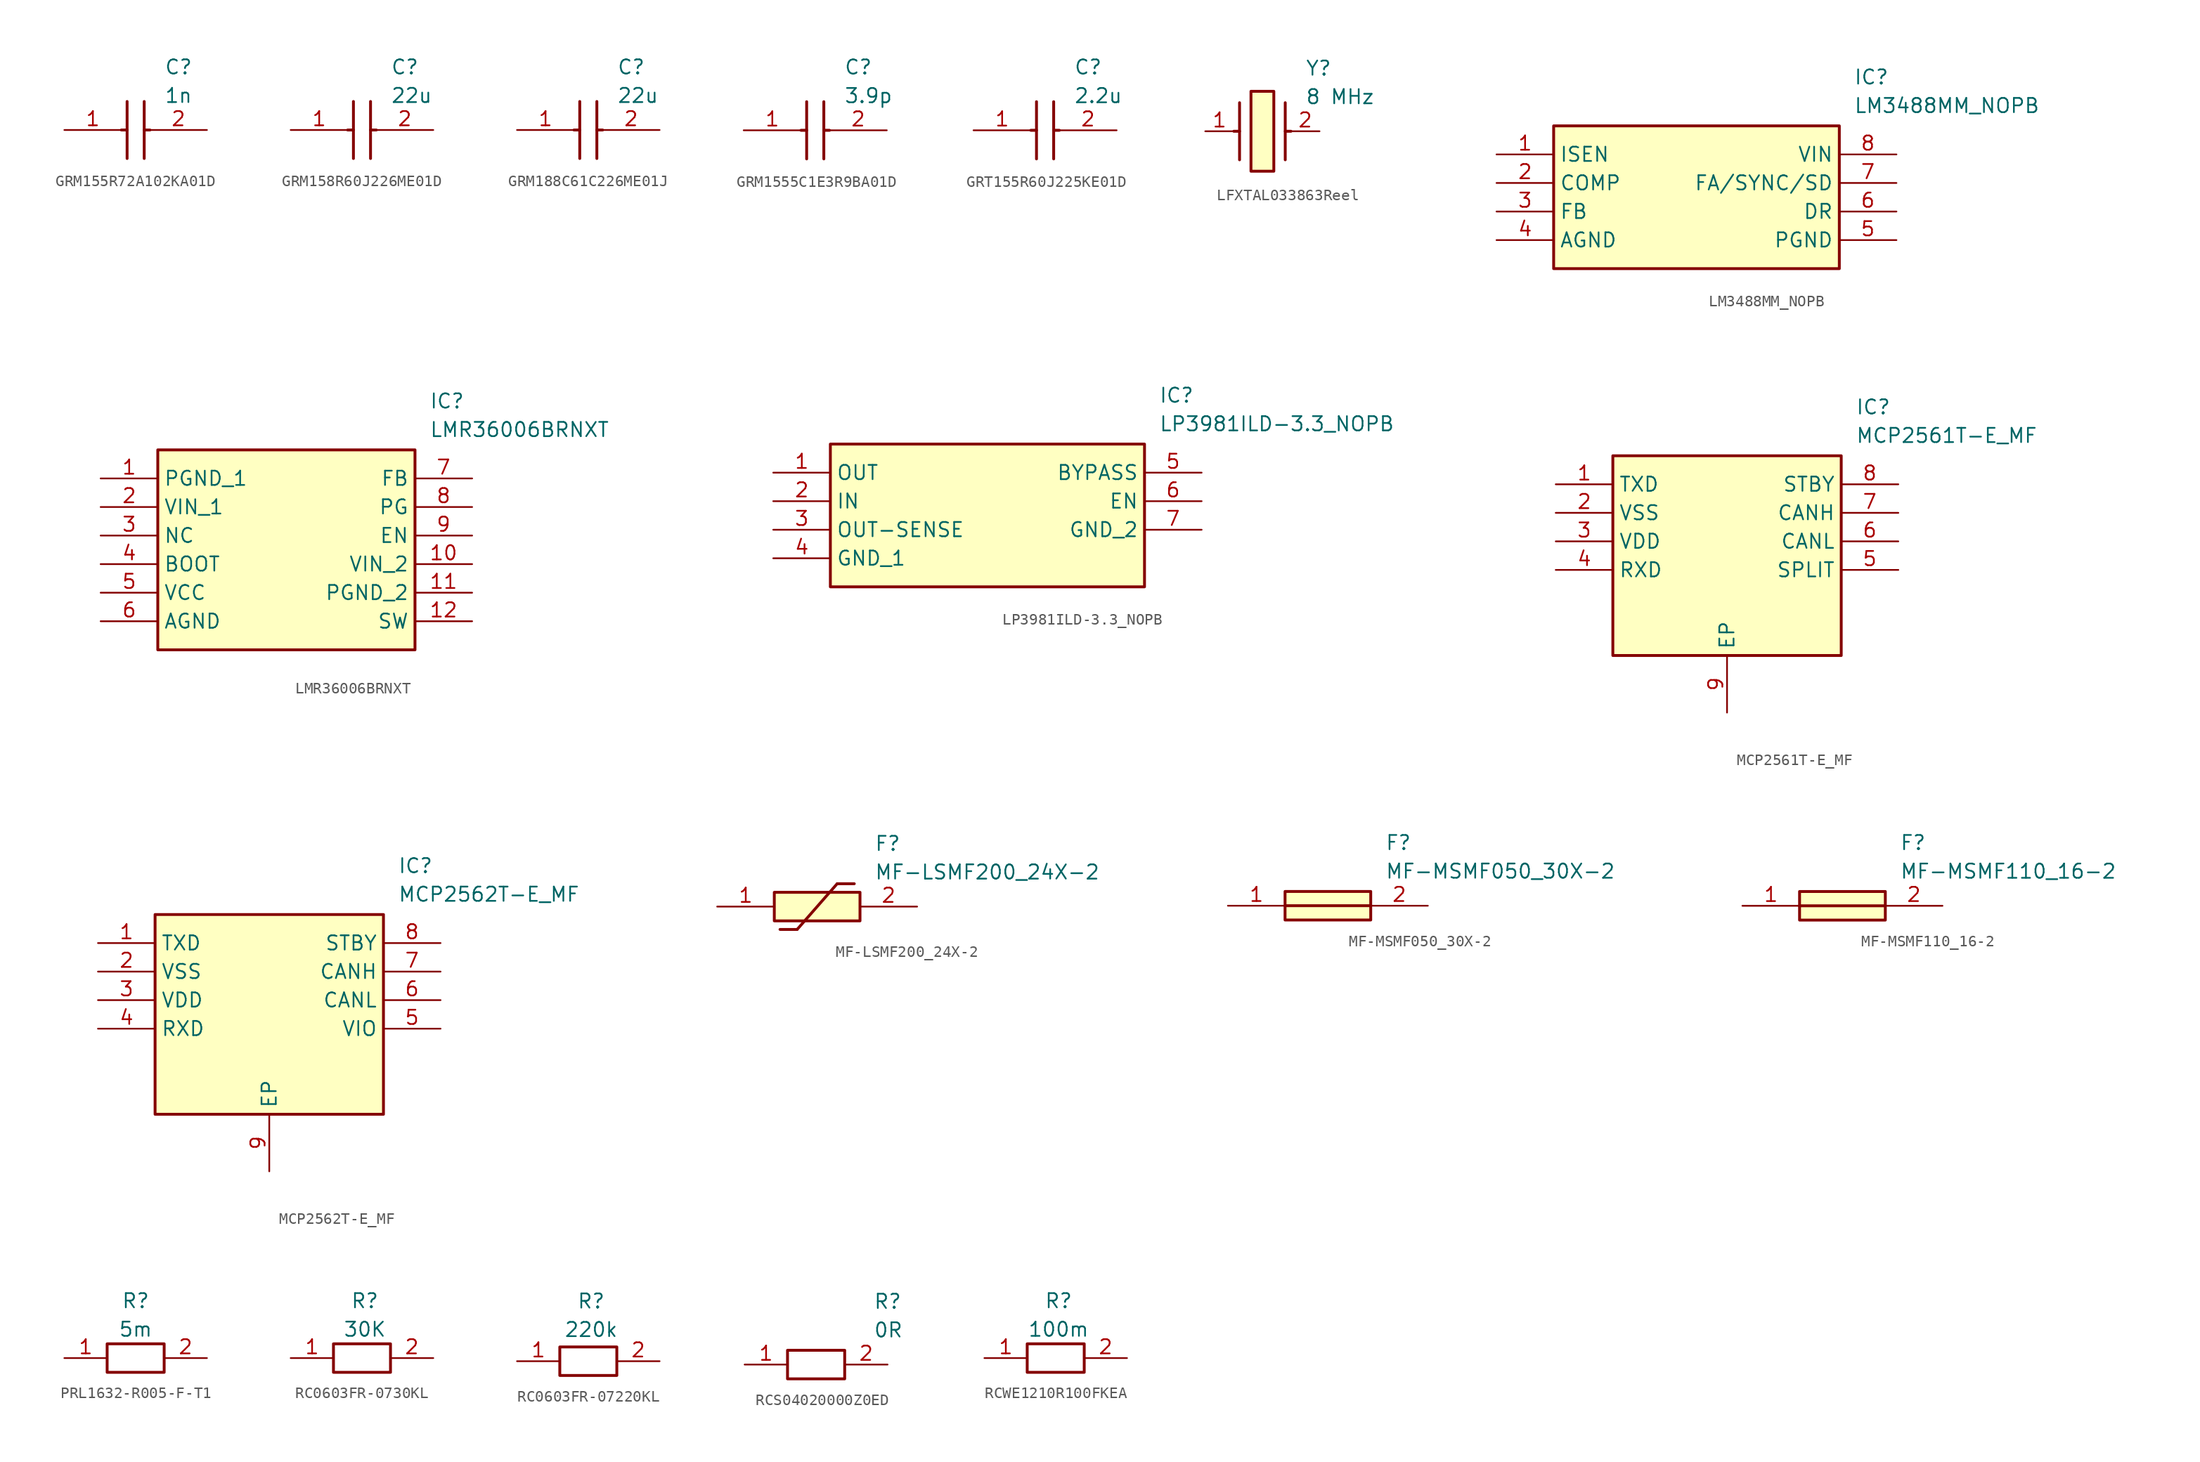
<source format=kicad_sym>
(kicad_symbol_lib
  (version 20231120)
  (generator "kicad_symbol_editor")
  (generator_version "8.0")
  (symbol "GRM155R72A102KA01D"
    (pin_names hide)
    (property "Reference" "C"
      (at 8.89 6.35 0)
      (effects (font (size 1.27 1.27)) (justify left top)))
    (property "Value" "1n"
      (at 8.89 3.81 0)
      (effects (font (size 1.27 1.27)) (justify left top)))
    (symbol "GRM155R72A102KA01D_1_1"
      (polyline (pts (xy 5.08 0) (xy 5.588 0)) (stroke (width 0.254) (type default)) (fill (type none)))
      (polyline (pts (xy 5.588 2.54) (xy 5.588 -2.54)) (stroke (width 0.254) (type default)) (fill (type none)))
      (polyline (pts (xy 7.112 0) (xy 7.62 0)) (stroke (width 0.254) (type default)) (fill (type none)))
      (polyline (pts (xy 7.112 2.54) (xy 7.112 -2.54)) (stroke (width 0.254) (type default)) (fill (type none)))
      (pin passive line (at 0 0 0) (length 5.08) (name "1" (effects (font (size 1.27 1.27)))) (number "1" (effects (font (size 1.27 1.27)))))
      (pin passive line (at 12.7 0 180) (length 5.08) (name "2" (effects (font (size 1.27 1.27)))) (number "2" (effects (font (size 1.27 1.27)))))))
  (symbol "GRM158R60J226ME01D"
    (pin_names hide)
    (property "Reference" "C"
      (at 8.89 6.35 0)
      (effects (font (size 1.27 1.27)) (justify left top)))
    (property "Value" "22u"
      (at 8.89 3.81 0)
      (effects (font (size 1.27 1.27)) (justify left top)))
    (symbol "GRM158R60J226ME01D_1_1"
      (polyline (pts (xy 5.08 0) (xy 5.588 0)) (stroke (width 0.254) (type default)) (fill (type none)))
      (polyline (pts (xy 5.588 2.54) (xy 5.588 -2.54)) (stroke (width 0.254) (type default)) (fill (type none)))
      (polyline (pts (xy 7.112 0) (xy 7.62 0)) (stroke (width 0.254) (type default)) (fill (type none)))
      (polyline (pts (xy 7.112 2.54) (xy 7.112 -2.54)) (stroke (width 0.254) (type default)) (fill (type none)))
      (pin passive line (at 0 0 0) (length 5.08) (name "1" (effects (font (size 1.27 1.27)))) (number "1" (effects (font (size 1.27 1.27)))))
      (pin passive line (at 12.7 0 180) (length 5.08) (name "2" (effects (font (size 1.27 1.27)))) (number "2" (effects (font (size 1.27 1.27)))))))
  (symbol "GRM188C61C226ME01J"
    (pin_names hide)
    (property "Reference" "C"
      (at 8.89 6.35 0)
      (effects (font (size 1.27 1.27)) (justify left top)))
    (property "Value" "22u"
      (at 8.89 3.81 0)
      (effects (font (size 1.27 1.27)) (justify left top)))
    (symbol "GRM188C61C226ME01J_1_1"
      (polyline (pts (xy 5.08 0) (xy 5.588 0)) (stroke (width 0.254) (type default)) (fill (type none)))
      (polyline (pts (xy 5.588 2.54) (xy 5.588 -2.54)) (stroke (width 0.254) (type default)) (fill (type none)))
      (polyline (pts (xy 7.112 0) (xy 7.62 0)) (stroke (width 0.254) (type default)) (fill (type none)))
      (polyline (pts (xy 7.112 2.54) (xy 7.112 -2.54)) (stroke (width 0.254) (type default)) (fill (type none)))
      (pin passive line (at 0 0 0) (length 5.08) (name "1" (effects (font (size 1.27 1.27)))) (number "1" (effects (font (size 1.27 1.27)))))
      (pin passive line (at 12.7 0 180) (length 5.08) (name "2" (effects (font (size 1.27 1.27)))) (number "2" (effects (font (size 1.27 1.27)))))))
  (symbol "GRM1555C1E3R9BA01D"
    (pin_names hide)
    (property "Reference" "C"
      (at 8.89 6.35 0)
      (effects (font (size 1.27 1.27)) (justify left top)))
    (property "Value" "3.9p"
      (at 8.89 3.81 0)
      (effects (font (size 1.27 1.27)) (justify left top)))
    (symbol "GRM1555C1E3R9BA01D_1_1"
      (polyline (pts (xy 5.08 0) (xy 5.588 0)) (stroke (width 0.254) (type default)) (fill (type none)))
      (polyline (pts (xy 5.588 2.54) (xy 5.588 -2.54)) (stroke (width 0.254) (type default)) (fill (type none)))
      (polyline (pts (xy 7.112 0) (xy 7.62 0)) (stroke (width 0.254) (type default)) (fill (type none)))
      (polyline (pts (xy 7.112 2.54) (xy 7.112 -2.54)) (stroke (width 0.254) (type default)) (fill (type none)))
      (pin passive line (at 0 0 0) (length 5.08) (name "1" (effects (font (size 1.27 1.27)))) (number "1" (effects (font (size 1.27 1.27)))))
      (pin passive line (at 12.7 0 180) (length 5.08) (name "2" (effects (font (size 1.27 1.27)))) (number "2" (effects (font (size 1.27 1.27)))))))
  (symbol "GRT155R60J225KE01D"
    (pin_names hide)
    (property "Reference" "C"
      (at 8.89 6.35 0)
      (effects (font (size 1.27 1.27)) (justify left top)))
    (property "Value" "2.2u"
      (at 8.89 3.81 0)
      (effects (font (size 1.27 1.27)) (justify left top)))
    (symbol "GRT155R60J225KE01D_1_1"
      (polyline (pts (xy 5.08 0) (xy 5.588 0)) (stroke (width 0.254) (type default)) (fill (type none)))
      (polyline (pts (xy 5.588 2.54) (xy 5.588 -2.54)) (stroke (width 0.254) (type default)) (fill (type none)))
      (polyline (pts (xy 7.112 0) (xy 7.62 0)) (stroke (width 0.254) (type default)) (fill (type none)))
      (polyline (pts (xy 7.112 2.54) (xy 7.112 -2.54)) (stroke (width 0.254) (type default)) (fill (type none)))
      (pin passive line (at 0 0 0) (length 5.08) (name "1" (effects (font (size 1.27 1.27)))) (number "1" (effects (font (size 1.27 1.27)))))
      (pin passive line (at 12.7 0 180) (length 5.08) (name "2" (effects (font (size 1.27 1.27)))) (number "2" (effects (font (size 1.27 1.27)))))))
  (symbol "LFXTAL033863Reel"
    (pin_names hide)
    (property "Reference" "Y"
      (at 8.89 6.35 0)
      (effects (font (size 1.27 1.27)) (justify left top)))
    (property "Value" "8 MHz"
      (at 8.89 3.81 0)
      (effects (font (size 1.27 1.27)) (justify left top)))
    (symbol "LFXTAL033863Reel_1_1"
      (polyline (pts (xy 3.048 0) (xy 2.54 0)) (stroke (width 0.254) (type default)) (fill (type none)))
      (polyline (pts (xy 3.048 2.54) (xy 3.048 -2.54)) (stroke (width 0.254) (type default)) (fill (type none)))
      (polyline (pts (xy 7.112 0) (xy 7.62 0)) (stroke (width 0.254) (type default)) (fill (type none)))
      (polyline (pts (xy 7.112 2.54) (xy 7.112 -2.54)) (stroke (width 0.254) (type default)) (fill (type none)))
      (rectangle (start 4.064 3.556) (end 6.096 -3.556) (stroke (width 0.254) (type default)) (fill (type background)))
      (pin passive line (at 0 0 0) (length 2.54) (name "1" (effects (font (size 1.27 1.27)))) (number "1" (effects (font (size 1.27 1.27)))))
      (pin passive line (at 10.16 0 180) (length 2.54) (name "2" (effects (font (size 1.27 1.27)))) (number "2" (effects (font (size 1.27 1.27)))))))
  (symbol "LM3488MM_NOPB"
    (property "Reference" "IC"
      (at 31.75 7.62 0)
      (effects (font (size 1.27 1.27)) (justify left top)))
    (property "Value" "LM3488MM_NOPB"
      (at 31.75 5.08 0)
      (effects (font (size 1.27 1.27)) (justify left top)))
    (symbol "LM3488MM_NOPB_1_1"
      (rectangle (start 5.08 2.54) (end 30.48 -10.16) (stroke (width 0.254) (type default)) (fill (type background)))
      (pin passive line (at 0 0 0) (length 5.08) (name "ISEN" (effects (font (size 1.27 1.27)))) (number "1" (effects (font (size 1.27 1.27)))))
      (pin passive line (at 0 -2.54 0) (length 5.08) (name "COMP" (effects (font (size 1.27 1.27)))) (number "2" (effects (font (size 1.27 1.27)))))
      (pin passive line (at 0 -5.08 0) (length 5.08) (name "FB" (effects (font (size 1.27 1.27)))) (number "3" (effects (font (size 1.27 1.27)))))
      (pin passive line (at 0 -7.62 0) (length 5.08) (name "AGND" (effects (font (size 1.27 1.27)))) (number "4" (effects (font (size 1.27 1.27)))))
      (pin passive line (at 35.56 -7.62 180) (length 5.08) (name "PGND" (effects (font (size 1.27 1.27)))) (number "5" (effects (font (size 1.27 1.27)))))
      (pin passive line (at 35.56 -5.08 180) (length 5.08) (name "DR" (effects (font (size 1.27 1.27)))) (number "6" (effects (font (size 1.27 1.27)))))
      (pin passive line (at 35.56 -2.54 180) (length 5.08) (name "FA/SYNC/SD" (effects (font (size 1.27 1.27)))) (number "7" (effects (font (size 1.27 1.27)))))
      (pin passive line (at 35.56 0 180) (length 5.08) (name "VIN" (effects (font (size 1.27 1.27)))) (number "8" (effects (font (size 1.27 1.27)))))))
  (symbol "LMR36006BRNXT"
    (property "Reference" "IC"
      (at 29.21 7.62 0)
      (effects (font (size 1.27 1.27)) (justify left top)))
    (property "Value" "LMR36006BRNXT"
      (at 29.21 5.08 0)
      (effects (font (size 1.27 1.27)) (justify left top)))
    (symbol "LMR36006BRNXT_1_1"
      (rectangle (start 5.08 2.54) (end 27.94 -15.24) (stroke (width 0.254) (type default)) (fill (type background)))
      (pin passive line (at 0 0 0) (length 5.08) (name "PGND_1" (effects (font (size 1.27 1.27)))) (number "1" (effects (font (size 1.27 1.27)))))
      (pin passive line (at 33.02 -7.62 180) (length 5.08) (name "VIN_2" (effects (font (size 1.27 1.27)))) (number "10" (effects (font (size 1.27 1.27)))))
      (pin passive line (at 33.02 -10.16 180) (length 5.08) (name "PGND_2" (effects (font (size 1.27 1.27)))) (number "11" (effects (font (size 1.27 1.27)))))
      (pin passive line (at 33.02 -12.7 180) (length 5.08) (name "SW" (effects (font (size 1.27 1.27)))) (number "12" (effects (font (size 1.27 1.27)))))
      (pin passive line (at 0 -2.54 0) (length 5.08) (name "VIN_1" (effects (font (size 1.27 1.27)))) (number "2" (effects (font (size 1.27 1.27)))))
      (pin passive line (at 0 -5.08 0) (length 5.08) (name "NC" (effects (font (size 1.27 1.27)))) (number "3" (effects (font (size 1.27 1.27)))))
      (pin passive line (at 0 -7.62 0) (length 5.08) (name "BOOT" (effects (font (size 1.27 1.27)))) (number "4" (effects (font (size 1.27 1.27)))))
      (pin passive line (at 0 -10.16 0) (length 5.08) (name "VCC" (effects (font (size 1.27 1.27)))) (number "5" (effects (font (size 1.27 1.27)))))
      (pin passive line (at 0 -12.7 0) (length 5.08) (name "AGND" (effects (font (size 1.27 1.27)))) (number "6" (effects (font (size 1.27 1.27)))))
      (pin passive line (at 33.02 0 180) (length 5.08) (name "FB" (effects (font (size 1.27 1.27)))) (number "7" (effects (font (size 1.27 1.27)))))
      (pin passive line (at 33.02 -2.54 180) (length 5.08) (name "PG" (effects (font (size 1.27 1.27)))) (number "8" (effects (font (size 1.27 1.27)))))
      (pin passive line (at 33.02 -5.08 180) (length 5.08) (name "EN" (effects (font (size 1.27 1.27)))) (number "9" (effects (font (size 1.27 1.27)))))))
  (symbol "LP3981ILD-3.3_NOPB"
    (property "Reference" "IC"
      (at 34.29 7.62 0)
      (effects (font (size 1.27 1.27)) (justify left top)))
    (property "Value" "LP3981ILD-3.3_NOPB"
      (at 34.29 5.08 0)
      (effects (font (size 1.27 1.27)) (justify left top)))
    (symbol "LP3981ILD-3.3_NOPB_1_1"
      (rectangle (start 5.08 2.54) (end 33.02 -10.16) (stroke (width 0.254) (type default)) (fill (type background)))
      (pin passive line (at 0 0 0) (length 5.08) (name "OUT" (effects (font (size 1.27 1.27)))) (number "1" (effects (font (size 1.27 1.27)))))
      (pin passive line (at 0 -2.54 0) (length 5.08) (name "IN" (effects (font (size 1.27 1.27)))) (number "2" (effects (font (size 1.27 1.27)))))
      (pin passive line (at 0 -5.08 0) (length 5.08) (name "OUT-SENSE" (effects (font (size 1.27 1.27)))) (number "3" (effects (font (size 1.27 1.27)))))
      (pin passive line (at 0 -7.62 0) (length 5.08) (name "GND_1" (effects (font (size 1.27 1.27)))) (number "4" (effects (font (size 1.27 1.27)))))
      (pin passive line (at 38.1 0 180) (length 5.08) (name "BYPASS" (effects (font (size 1.27 1.27)))) (number "5" (effects (font (size 1.27 1.27)))))
      (pin passive line (at 38.1 -2.54 180) (length 5.08) (name "EN" (effects (font (size 1.27 1.27)))) (number "6" (effects (font (size 1.27 1.27)))))
      (pin passive line (at 38.1 -5.08 180) (length 5.08) (name "GND_2" (effects (font (size 1.27 1.27)))) (number "7" (effects (font (size 1.27 1.27)))))))
  (symbol "MCP2561T-E_MF"
    (property "Reference" "IC"
      (at 26.67 7.62 0)
      (effects (font (size 1.27 1.27)) (justify left top)))
    (property "Value" "MCP2561T-E_MF"
      (at 26.67 5.08 0)
      (effects (font (size 1.27 1.27)) (justify left top)))
    (symbol "MCP2561T-E_MF_1_1"
      (rectangle (start 5.08 2.54) (end 25.4 -15.24) (stroke (width 0.254) (type default)) (fill (type background)))
      (pin passive line (at 0 0 0) (length 5.08) (name "TXD" (effects (font (size 1.27 1.27)))) (number "1" (effects (font (size 1.27 1.27)))))
      (pin passive line (at 0 -2.54 0) (length 5.08) (name "VSS" (effects (font (size 1.27 1.27)))) (number "2" (effects (font (size 1.27 1.27)))))
      (pin passive line (at 0 -5.08 0) (length 5.08) (name "VDD" (effects (font (size 1.27 1.27)))) (number "3" (effects (font (size 1.27 1.27)))))
      (pin passive line (at 0 -7.62 0) (length 5.08) (name "RXD" (effects (font (size 1.27 1.27)))) (number "4" (effects (font (size 1.27 1.27)))))
      (pin passive line (at 30.48 -7.62 180) (length 5.08) (name "SPLIT" (effects (font (size 1.27 1.27)))) (number "5" (effects (font (size 1.27 1.27)))))
      (pin passive line (at 30.48 -5.08 180) (length 5.08) (name "CANL" (effects (font (size 1.27 1.27)))) (number "6" (effects (font (size 1.27 1.27)))))
      (pin passive line (at 30.48 -2.54 180) (length 5.08) (name "CANH" (effects (font (size 1.27 1.27)))) (number "7" (effects (font (size 1.27 1.27)))))
      (pin passive line (at 30.48 0 180) (length 5.08) (name "STBY" (effects (font (size 1.27 1.27)))) (number "8" (effects (font (size 1.27 1.27)))))
      (pin passive line (at 15.24 -20.32 90) (length 5.08) (name "EP" (effects (font (size 1.27 1.27)))) (number "9" (effects (font (size 1.27 1.27)))))))
  (symbol "MCP2562T-E_MF"
    (property "Reference" "IC"
      (at 26.67 7.62 0)
      (effects (font (size 1.27 1.27)) (justify left top)))
    (property "Value" "MCP2562T-E_MF"
      (at 26.67 5.08 0)
      (effects (font (size 1.27 1.27)) (justify left top)))
    (symbol "MCP2562T-E_MF_1_1"
      (rectangle (start 5.08 2.54) (end 25.4 -15.24) (stroke (width 0.254) (type default)) (fill (type background)))
      (pin passive line (at 0 0 0) (length 5.08) (name "TXD" (effects (font (size 1.27 1.27)))) (number "1" (effects (font (size 1.27 1.27)))))
      (pin passive line (at 0 -2.54 0) (length 5.08) (name "VSS" (effects (font (size 1.27 1.27)))) (number "2" (effects (font (size 1.27 1.27)))))
      (pin passive line (at 0 -5.08 0) (length 5.08) (name "VDD" (effects (font (size 1.27 1.27)))) (number "3" (effects (font (size 1.27 1.27)))))
      (pin passive line (at 0 -7.62 0) (length 5.08) (name "RXD" (effects (font (size 1.27 1.27)))) (number "4" (effects (font (size 1.27 1.27)))))
      (pin passive line (at 30.48 -7.62 180) (length 5.08) (name "VIO" (effects (font (size 1.27 1.27)))) (number "5" (effects (font (size 1.27 1.27)))))
      (pin passive line (at 30.48 -5.08 180) (length 5.08) (name "CANL" (effects (font (size 1.27 1.27)))) (number "6" (effects (font (size 1.27 1.27)))))
      (pin passive line (at 30.48 -2.54 180) (length 5.08) (name "CANH" (effects (font (size 1.27 1.27)))) (number "7" (effects (font (size 1.27 1.27)))))
      (pin passive line (at 30.48 0 180) (length 5.08) (name "STBY" (effects (font (size 1.27 1.27)))) (number "8" (effects (font (size 1.27 1.27)))))
      (pin passive line (at 15.24 -20.32 90) (length 5.08) (name "EP" (effects (font (size 1.27 1.27)))) (number "9" (effects (font (size 1.27 1.27)))))))
  (symbol "MF-LSMF200_24X-2"
    (pin_names hide)
    (property "Reference" "F"
      (at 13.97 6.35 0)
      (effects (font (size 1.27 1.27)) (justify left top)))
    (property "Value" "MF-LSMF200_24X-2"
      (at 13.97 3.81 0)
      (effects (font (size 1.27 1.27)) (justify left top)))
    (symbol "MF-LSMF200_24X-2_1_1"
      (polyline (pts (xy 5.588 -2.032) (xy 7.112 -2.032)) (stroke (width 0.254) (type default)) (fill (type none)))
      (polyline (pts (xy 10.668 2.032) (xy 7.112 -2.032)) (stroke (width 0.254) (type default)) (fill (type none)))
      (polyline (pts (xy 10.668 2.032) (xy 12.192 2.032)) (stroke (width 0.254) (type default)) (fill (type none)))
      (rectangle (start 5.08 1.27) (end 12.7 -1.27) (stroke (width 0.254) (type default)) (fill (type background)))
      (pin passive line (at 0 0 0) (length 5.08) (name "1" (effects (font (size 1.27 1.27)))) (number "1" (effects (font (size 1.27 1.27)))))
      (pin passive line (at 17.78 0 180) (length 5.08) (name "2" (effects (font (size 1.27 1.27)))) (number "2" (effects (font (size 1.27 1.27)))))))
  (symbol "MF-MSMF050_30X-2"
    (pin_names hide)
    (property "Reference" "F"
      (at 13.97 6.35 0)
      (effects (font (size 1.27 1.27)) (justify left top)))
    (property "Value" "MF-MSMF050_30X-2"
      (at 13.97 3.81 0)
      (effects (font (size 1.27 1.27)) (justify left top)))
    (symbol "MF-MSMF050_30X-2_1_1"
      (polyline (pts (xy 5.08 0) (xy 12.7 0)) (stroke (width 0.254) (type default)) (fill (type none)))
      (rectangle (start 5.08 1.27) (end 12.7 -1.27) (stroke (width 0.254) (type default)) (fill (type background)))
      (pin passive line (at 0 0 0) (length 5.08) (name "1" (effects (font (size 1.27 1.27)))) (number "1" (effects (font (size 1.27 1.27)))))
      (pin passive line (at 17.78 0 180) (length 5.08) (name "2" (effects (font (size 1.27 1.27)))) (number "2" (effects (font (size 1.27 1.27)))))))
  (symbol "MF-MSMF110_16-2"
    (pin_names hide)
    (property "Reference" "F"
      (at 13.97 6.35 0)
      (effects (font (size 1.27 1.27)) (justify left top)))
    (property "Value" "MF-MSMF110_16-2"
      (at 13.97 3.81 0)
      (effects (font (size 1.27 1.27)) (justify left top)))
    (rectangle
      (start 5.08 1.27)
      (end 12.7 -1.27)
      (stroke (width 0.254) (type default))
      (fill (type background)))
    (polyline
      (pts (xy 5.08 0) (xy 12.7 0))
      (stroke (width 0.254) (type default))
      (fill (type none)))
    (pin passive line
      (at 0 0 0)
      (length 5.08)
      (name "1" (effects (font (size 1.27 1.27))))
      (number "1" (effects (font (size 1.27 1.27)))))
    (pin passive line
      (at 17.78 0 180)
      (length 5.08)
      (name "2" (effects (font (size 1.27 1.27))))
      (number "2" (effects (font (size 1.27 1.27))))))
  (symbol "PRL1632-R005-F-T1"
    (pin_names hide)
    (property "Reference" "R"
      (at 6.35 5.842 0)
      (effects (font (size 1.27 1.27)) (justify top)))
    (property "Value" "5m"
      (at 6.35 3.302 0)
      (effects (font (size 1.27 1.27)) (justify top)))
    (symbol "PRL1632-R005-F-T1_1_1"
      (rectangle (start 3.81 1.27) (end 8.89 -1.27) (stroke (width 0.254) (type default)) (fill (type none)))
      (pin passive line (at 0 0 0) (length 3.81) (name "1" (effects (font (size 1.27 1.27)))) (number "1" (effects (font (size 1.27 1.27)))))
      (pin passive line (at 12.7 0 180) (length 3.81) (name "2" (effects (font (size 1.27 1.27)))) (number "2" (effects (font (size 1.27 1.27)))))))
  (symbol "RC0603FR-0730KL"
    (pin_names hide)
    (property "Reference" "R"
      (at 6.604 5.842 0)
      (effects (font (size 1.27 1.27)) (justify top)))
    (property "Value" "30K"
      (at 6.604 3.302 0)
      (effects (font (size 1.27 1.27)) (justify top)))
    (symbol "RC0603FR-0730KL_1_1"
      (rectangle (start 3.81 1.27) (end 8.89 -1.27) (stroke (width 0.254) (type default)) (fill (type none)))
      (pin passive line (at 0 0 0) (length 3.81) (name "1" (effects (font (size 1.27 1.27)))) (number "1" (effects (font (size 1.27 1.27)))))
      (pin passive line (at 12.7 0 180) (length 3.81) (name "2" (effects (font (size 1.27 1.27)))) (number "2" (effects (font (size 1.27 1.27)))))))
  (symbol "RC0603FR-07220KL"
    (pin_names hide)
    (property "Reference" "R"
      (at 6.604 6.096 0)
      (effects (font (size 1.27 1.27)) (justify top)))
    (property "Value" "220k"
      (at 6.604 3.556 0)
      (effects (font (size 1.27 1.27)) (justify top)))
    (symbol "RC0603FR-07220KL_1_1"
      (rectangle (start 3.81 1.27) (end 8.89 -1.27) (stroke (width 0.254) (type default)) (fill (type none)))
      (pin passive line (at 0 0 0) (length 3.81) (name "1" (effects (font (size 1.27 1.27)))) (number "1" (effects (font (size 1.27 1.27)))))
      (pin passive line (at 12.7 0 180) (length 3.81) (name "2" (effects (font (size 1.27 1.27)))) (number "2" (effects (font (size 1.27 1.27)))))))
  (symbol "RCS04020000Z0ED"
    (pin_names hide)
    (property "Reference" "R"
      (at 13.97 6.35 0)
      (effects (font (size 1.27 1.27)) (justify left top)))
    (property "Value" "0R"
      (at 13.97 3.81 0)
      (effects (font (size 1.27 1.27)) (justify left top)))
    (symbol "RCS04020000Z0ED_1_1"
      (rectangle (start 6.35 1.27) (end 11.43 -1.27) (stroke (width 0.254) (type default)) (fill (type none)))
      (pin passive line (at 2.54 0 0) (length 3.81) (name "1" (effects (font (size 1.27 1.27)))) (number "1" (effects (font (size 1.27 1.27)))))
      (pin passive line (at 15.24 0 180) (length 3.81) (name "2" (effects (font (size 1.27 1.27)))) (number "2" (effects (font (size 1.27 1.27)))))))
  (symbol "RCWE1210R100FKEA"
    (pin_names hide)
    (property "Reference" "R"
      (at 6.604 5.842 0)
      (effects (font (size 1.27 1.27)) (justify top)))
    (property "Value" "100m"
      (at 6.604 3.302 0)
      (effects (font (size 1.27 1.27)) (justify top)))
    (symbol "RCWE1210R100FKEA_1_1"
      (rectangle (start 3.81 1.27) (end 8.89 -1.27) (stroke (width 0.254) (type default)) (fill (type none)))
      (pin passive line (at 0 0 0) (length 3.81) (name "1" (effects (font (size 1.27 1.27)))) (number "1" (effects (font (size 1.27 1.27)))))
      (pin passive line (at 12.7 0 180) (length 3.81) (name "2" (effects (font (size 1.27 1.27)))) (number "2" (effects (font (size 1.27 1.27))))))))
</source>
